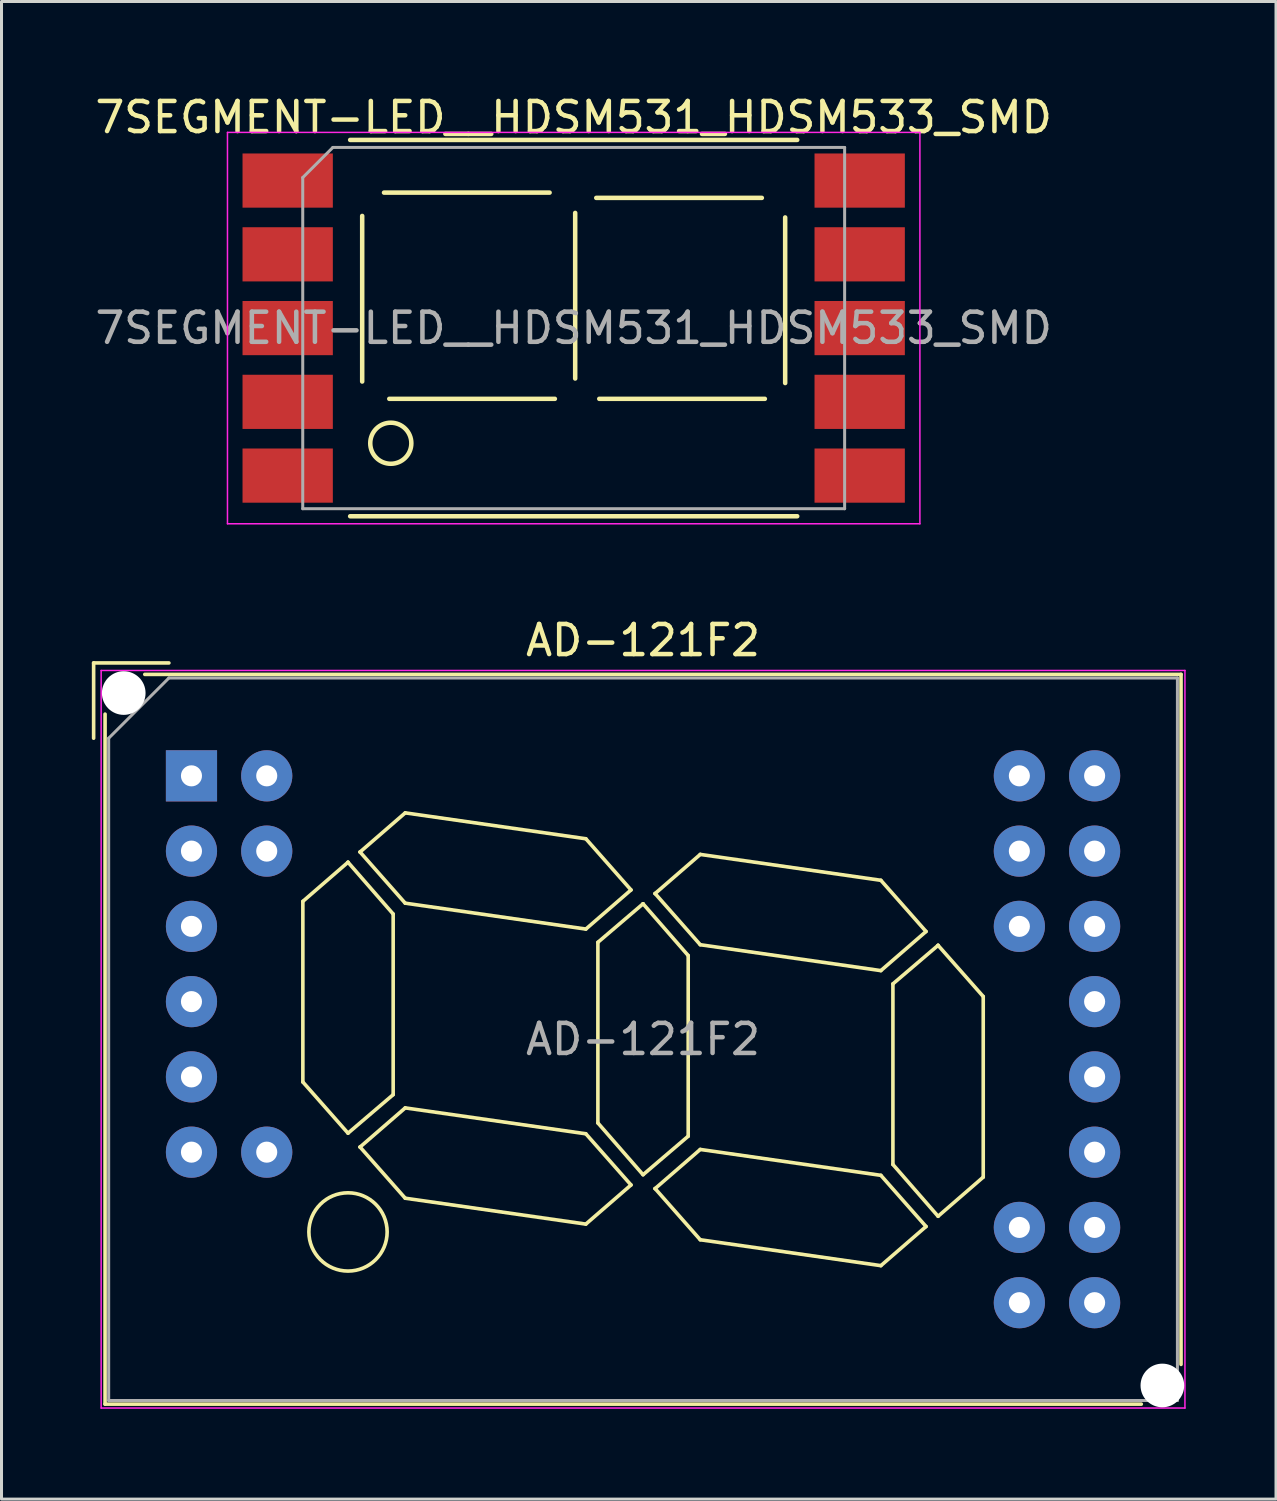
<source format=kicad_pcb>
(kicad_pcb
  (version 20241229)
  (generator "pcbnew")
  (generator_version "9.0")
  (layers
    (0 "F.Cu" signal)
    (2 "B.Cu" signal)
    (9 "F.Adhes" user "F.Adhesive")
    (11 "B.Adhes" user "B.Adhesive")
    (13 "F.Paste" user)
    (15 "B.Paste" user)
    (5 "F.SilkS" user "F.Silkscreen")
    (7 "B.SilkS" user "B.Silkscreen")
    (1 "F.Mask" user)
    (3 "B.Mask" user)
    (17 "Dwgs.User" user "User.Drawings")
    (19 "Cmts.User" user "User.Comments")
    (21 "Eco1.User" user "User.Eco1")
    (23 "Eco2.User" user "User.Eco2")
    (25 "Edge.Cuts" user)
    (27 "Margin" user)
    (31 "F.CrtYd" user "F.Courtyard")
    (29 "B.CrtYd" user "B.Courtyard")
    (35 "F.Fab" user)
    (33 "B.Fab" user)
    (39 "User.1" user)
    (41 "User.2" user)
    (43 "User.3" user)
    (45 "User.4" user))
  (footprint "7SEGMENT-LED__HDSM531_HDSM533_SMD"
    (layer "F.Cu")
    (at 16.006 7.848)
    (property "Reference" "7SEGMENT-LED__HDSM531_HDSM533_SMD" (at 0 -7 0) (layer "F.SilkS") (effects (font (size 1 1) (thickness 0.15))))
    (attr smd)
    (fp_line (start -7.425 6.25) (end 7.425 6.25) (stroke (width 0.15) (type solid)) (layer "F.SilkS"))
    (fp_line (start -7.025 -3.725) (end -7.025 1.775) (stroke (width 0.15) (type solid)) (layer "F.SilkS"))
    (fp_line (start -6.3 -4.5) (end -0.8 -4.5) (stroke (width 0.15) (type solid)) (layer "F.SilkS"))
    (fp_line (start -6.125 2.35) (end -0.625 2.35) (stroke (width 0.15) (type solid)) (layer "F.SilkS"))
    (fp_line (start 0.05 -3.825) (end 0.05 1.675) (stroke (width 0.15) (type solid)) (layer "F.SilkS"))
    (fp_line (start 0.75 -4.325) (end 6.25 -4.325) (stroke (width 0.15) (type solid)) (layer "F.SilkS"))
    (fp_line (start 0.85 2.35) (end 6.35 2.35) (stroke (width 0.15) (type solid)) (layer "F.SilkS"))
    (fp_line (start 7.025 -3.675) (end 7.025 1.825) (stroke (width 0.15) (type solid)) (layer "F.SilkS"))
    (fp_line (start 7.425 -6.25) (end -7.425 -6.25) (stroke (width 0.15) (type solid)) (layer "F.SilkS"))
    (fp_circle (center -6.075 3.825) (end -6.75 3.925) (stroke (width 0.15) (type solid)) (fill no) (layer "F.SilkS"))
    (fp_line (start -11.5 -6.5) (end 11.5 -6.5) (stroke (width 0.05) (type solid)) (layer "F.CrtYd"))
    (fp_line (start -11.5 6.5) (end -11.5 -6.5) (stroke (width 0.05) (type solid)) (layer "F.CrtYd"))
    (fp_line (start 11.5 -6.5) (end 11.5 6.5) (stroke (width 0.05) (type solid)) (layer "F.CrtYd"))
    (fp_line (start 11.5 6.5) (end -11.5 6.5) (stroke (width 0.05) (type solid)) (layer "F.CrtYd"))
    (fp_line (start -9 -5) (end -9 6) (stroke (width 0.1) (type solid)) (layer "F.Fab"))
    (fp_line (start -9 6) (end 9 6) (stroke (width 0.1) (type solid)) (layer "F.Fab"))
    (fp_line (start -8 -6) (end -9 -5) (stroke (width 0.1) (type solid)) (layer "F.Fab"))
    (fp_line (start 9 -6) (end -8 -6) (stroke (width 0.1) (type solid)) (layer "F.Fab"))
    (fp_line (start 9 6) (end 9 -6) (stroke (width 0.1) (type solid)) (layer "F.Fab"))
    (fp_text user "${REFERENCE}" (at 0 0 0) (layer "F.Fab") (effects (font (size 1 1) (thickness 0.15))))
    (pad "1" smd rect (at -9.5 -4.9 270) (size 1.8 3) (layers "F.Cu" "F.Mask" "F.Paste"))
    (pad "2" smd rect (at -9.5 -2.45 270) (size 1.8 3) (layers "F.Cu" "F.Mask" "F.Paste"))
    (pad "3" smd rect (at -9.5 0 270) (size 1.8 3) (layers "F.Cu" "F.Mask" "F.Paste"))
    (pad "4" smd rect (at -9.5 2.45 270) (size 1.8 3) (layers "F.Cu" "F.Mask" "F.Paste"))
    (pad "5" smd rect (at -9.5 4.9 270) (size 1.8 3) (layers "F.Cu" "F.Mask" "F.Paste"))
    (pad "6" smd rect (at 9.5 4.9 270) (size 1.8 3) (layers "F.Cu" "F.Mask" "F.Paste"))
    (pad "7" smd rect (at 9.5 2.45 270) (size 1.8 3) (layers "F.Cu" "F.Mask" "F.Paste"))
    (pad "8" smd rect (at 9.5 0 270) (size 1.8 3) (layers "F.Cu" "F.Mask" "F.Paste"))
    (pad "9" smd rect (at 9.5 -2.45 270) (size 1.8 3) (layers "F.Cu" "F.Mask" "F.Paste"))
    (pad "10" smd rect (at 9.5 -4.9 270) (size 1.8 3) (layers "F.Cu" "F.Mask" "F.Paste")))
  (footprint "AD-121F2"
    (layer "F.Cu")
    (at 3.31 22.721)
    (property "Reference" "AD-121F2" (at 15 -4.5 0) (layer "F.SilkS") (effects (font (size 1 1) (thickness 0.15))))
    (attr through_hole)
    (fp_line (start -3.25 -3.75) (end -0.75 -3.75) (stroke (width 0.12) (type solid)) (layer "F.SilkS"))
    (fp_line (start -3.25 -1.25) (end -3.25 -3.75) (stroke (width 0.12) (type solid)) (layer "F.SilkS"))
    (fp_line (start -2.87 20.87) (end -2.87 -2.05) (stroke (width 0.12) (type solid)) (layer "F.SilkS"))
    (fp_line (start -1.55 -3.37) (end 32.87 -3.37) (stroke (width 0.12) (type solid)) (layer "F.SilkS"))
    (fp_line (start 3.7 4.17) (end 5.2 2.87) (stroke (width 0.12) (type solid)) (layer "F.SilkS"))
    (fp_line (start 3.7 10.17) (end 3.7 4.17) (stroke (width 0.12) (type solid)) (layer "F.SilkS"))
    (fp_line (start 5.2 2.87) (end 5.2 2.87) (stroke (width 0.12) (type solid)) (layer "F.SilkS"))
    (fp_line (start 5.2 2.87) (end 6.7 4.59) (stroke (width 0.12) (type solid)) (layer "F.SilkS"))
    (fp_line (start 5.2 11.87) (end 3.7 10.17) (stroke (width 0.12) (type solid)) (layer "F.SilkS"))
    (fp_line (start 5.6 2.53) (end 5.6 2.53) (stroke (width 0.12) (type solid)) (layer "F.SilkS"))
    (fp_line (start 5.6 2.53) (end 7.1 4.23) (stroke (width 0.12) (type solid)) (layer "F.SilkS"))
    (fp_line (start 5.6 12.33) (end 5.6 12.33) (stroke (width 0.12) (type solid)) (layer "F.SilkS"))
    (fp_line (start 5.6 12.33) (end 7.1 14.03) (stroke (width 0.12) (type solid)) (layer "F.SilkS"))
    (fp_line (start 6.7 4.59) (end 6.7 10.59) (stroke (width 0.12) (type solid)) (layer "F.SilkS"))
    (fp_line (start 6.7 10.59) (end 5.2 11.87) (stroke (width 0.12) (type solid)) (layer "F.SilkS"))
    (fp_line (start 7.1 1.23) (end 5.6 2.53) (stroke (width 0.12) (type solid)) (layer "F.SilkS"))
    (fp_line (start 7.1 4.23) (end 13.1 5.09) (stroke (width 0.12) (type solid)) (layer "F.SilkS"))
    (fp_line (start 7.1 11.03) (end 5.6 12.33) (stroke (width 0.12) (type solid)) (layer "F.SilkS"))
    (fp_line (start 7.1 14.03) (end 13.1 14.89) (stroke (width 0.12) (type solid)) (layer "F.SilkS"))
    (fp_line (start 13.1 2.09) (end 7.1 1.23) (stroke (width 0.12) (type solid)) (layer "F.SilkS"))
    (fp_line (start 13.1 5.09) (end 14.6 3.79) (stroke (width 0.12) (type solid)) (layer "F.SilkS"))
    (fp_line (start 13.1 11.89) (end 7.1 11.03) (stroke (width 0.12) (type solid)) (layer "F.SilkS"))
    (fp_line (start 13.1 14.89) (end 14.6 13.59) (stroke (width 0.12) (type solid)) (layer "F.SilkS"))
    (fp_line (start 13.5 5.53) (end 15 4.25) (stroke (width 0.12) (type solid)) (layer "F.SilkS"))
    (fp_line (start 13.5 11.53) (end 13.5 5.53) (stroke (width 0.12) (type solid)) (layer "F.SilkS"))
    (fp_line (start 14.6 3.79) (end 13.1 2.09) (stroke (width 0.12) (type solid)) (layer "F.SilkS"))
    (fp_line (start 14.6 13.59) (end 13.1 11.89) (stroke (width 0.12) (type solid)) (layer "F.SilkS"))
    (fp_line (start 15 4.25) (end 15 4.25) (stroke (width 0.12) (type solid)) (layer "F.SilkS"))
    (fp_line (start 15 4.25) (end 16.5 5.97) (stroke (width 0.12) (type solid)) (layer "F.SilkS"))
    (fp_line (start 15 13.25) (end 13.5 11.53) (stroke (width 0.12) (type solid)) (layer "F.SilkS"))
    (fp_line (start 15.4 3.91) (end 15.4 3.91) (stroke (width 0.12) (type solid)) (layer "F.SilkS"))
    (fp_line (start 15.4 3.91) (end 16.9 5.61) (stroke (width 0.12) (type solid)) (layer "F.SilkS"))
    (fp_line (start 15.4 13.71) (end 15.4 13.71) (stroke (width 0.12) (type solid)) (layer "F.SilkS"))
    (fp_line (start 15.4 13.71) (end 16.9 15.41) (stroke (width 0.12) (type solid)) (layer "F.SilkS"))
    (fp_line (start 16.5 5.97) (end 16.5 11.97) (stroke (width 0.12) (type solid)) (layer "F.SilkS"))
    (fp_line (start 16.5 11.97) (end 15 13.25) (stroke (width 0.12) (type solid)) (layer "F.SilkS"))
    (fp_line (start 16.9 2.61) (end 15.4 3.91) (stroke (width 0.12) (type solid)) (layer "F.SilkS"))
    (fp_line (start 16.9 5.61) (end 22.9 6.47) (stroke (width 0.12) (type solid)) (layer "F.SilkS"))
    (fp_line (start 16.9 12.41) (end 15.4 13.71) (stroke (width 0.12) (type solid)) (layer "F.SilkS"))
    (fp_line (start 16.9 15.41) (end 22.9 16.27) (stroke (width 0.12) (type solid)) (layer "F.SilkS"))
    (fp_line (start 22.9 3.47) (end 16.9 2.61) (stroke (width 0.12) (type solid)) (layer "F.SilkS"))
    (fp_line (start 22.9 6.47) (end 24.4 5.17) (stroke (width 0.12) (type solid)) (layer "F.SilkS"))
    (fp_line (start 22.9 13.27) (end 16.9 12.41) (stroke (width 0.12) (type solid)) (layer "F.SilkS"))
    (fp_line (start 22.9 16.27) (end 24.4 14.97) (stroke (width 0.12) (type solid)) (layer "F.SilkS"))
    (fp_line (start 23.3 6.91) (end 24.8 5.63) (stroke (width 0.12) (type solid)) (layer "F.SilkS"))
    (fp_line (start 23.3 12.91) (end 23.3 6.91) (stroke (width 0.12) (type solid)) (layer "F.SilkS"))
    (fp_line (start 24.4 5.17) (end 22.9 3.47) (stroke (width 0.12) (type solid)) (layer "F.SilkS"))
    (fp_line (start 24.4 14.97) (end 22.9 13.27) (stroke (width 0.12) (type solid)) (layer "F.SilkS"))
    (fp_line (start 24.8 5.63) (end 24.8 5.63) (stroke (width 0.12) (type solid)) (layer "F.SilkS"))
    (fp_line (start 24.8 5.63) (end 26.3 7.33) (stroke (width 0.12) (type solid)) (layer "F.SilkS"))
    (fp_line (start 24.8 14.63) (end 23.3 12.91) (stroke (width 0.12) (type solid)) (layer "F.SilkS"))
    (fp_line (start 26.3 7.33) (end 26.3 13.33) (stroke (width 0.12) (type solid)) (layer "F.SilkS"))
    (fp_line (start 26.3 13.33) (end 24.8 14.63) (stroke (width 0.12) (type solid)) (layer "F.SilkS"))
    (fp_line (start 31.55 20.87) (end -2.87 20.87) (stroke (width 0.12) (type solid)) (layer "F.SilkS"))
    (fp_line (start 32.87 -3.37) (end 32.87 19.55) (stroke (width 0.12) (type solid)) (layer "F.SilkS"))
    (fp_circle (center 5.2 15.15) (end 6.5 15.15) (stroke (width 0.12) (type solid)) (fill no) (layer "F.SilkS"))
    (fp_line (start -3 -3.5) (end -3 21) (stroke (width 0.05) (type solid)) (layer "F.CrtYd"))
    (fp_line (start -3 21) (end 33 21) (stroke (width 0.05) (type solid)) (layer "F.CrtYd"))
    (fp_line (start 33 -3.5) (end -3 -3.5) (stroke (width 0.05) (type solid)) (layer "F.CrtYd"))
    (fp_line (start 33 21) (end 33 -3.5) (stroke (width 0.05) (type solid)) (layer "F.CrtYd"))
    (fp_line (start -2.75 -1.25) (end -0.75 -3.25) (stroke (width 0.1) (type solid)) (layer "F.Fab"))
    (fp_line (start -2.75 20.75) (end -2.75 -1.25) (stroke (width 0.1) (type solid)) (layer "F.Fab"))
    (fp_line (start -0.75 -3.25) (end 32.75 -3.25) (stroke (width 0.1) (type solid)) (layer "F.Fab"))
    (fp_line (start 32.75 -3.25) (end 32.75 20.75) (stroke (width 0.1) (type solid)) (layer "F.Fab"))
    (fp_line (start 32.75 20.75) (end -2.75 20.75) (stroke (width 0.1) (type solid)) (layer "F.Fab"))
    (fp_text user "${REFERENCE}" (at 15 8.75 0) (layer "F.Fab") (effects (font (size 1 1) (thickness 0.15))))
    (pad "" np_thru_hole circle (at -2.25 -2.75) (size 1.45 1.45) (drill 1.45) (layers "*.Cu" "*.Mask"))
    (pad "" np_thru_hole circle (at 32.25 20.25) (size 1.45 1.45) (drill 1.45) (layers "*.Cu" "*.Mask"))
    (pad "1" thru_hole rect (at 0 0) (size 1.7 1.7) (drill 0.7) (layers "*.Cu" "*.Mask"))
    (pad "2" thru_hole circle (at 0 2.5) (size 1.7 1.7) (drill 0.7) (layers "*.Cu" "*.Mask"))
    (pad "3" thru_hole circle (at 0 5) (size 1.7 1.7) (drill 0.7) (layers "*.Cu" "*.Mask"))
    (pad "4" thru_hole circle (at 0 7.5) (size 1.7 1.7) (drill 0.7) (layers "*.Cu" "*.Mask"))
    (pad "5" thru_hole circle (at 0 10) (size 1.7 1.7) (drill 0.7) (layers "*.Cu" "*.Mask"))
    (pad "6" thru_hole circle (at 0 12.5) (size 1.7 1.7) (drill 0.7) (layers "*.Cu" "*.Mask"))
    (pad "9" thru_hole circle (at 2.5 0) (size 1.7 1.7) (drill 0.7) (layers "*.Cu" "*.Mask"))
    (pad "10" thru_hole circle (at 2.5 2.5) (size 1.7 1.7) (drill 0.7) (layers "*.Cu" "*.Mask"))
    (pad "11" thru_hole circle (at 2.5 12.5) (size 1.7 1.7) (drill 0.7) (layers "*.Cu" "*.Mask"))
    (pad "13" thru_hole circle (at 27.5 0) (size 1.7 1.7) (drill 0.7) (layers "*.Cu" "*.Mask"))
    (pad "14" thru_hole circle (at 27.5 2.5) (size 1.7 1.7) (drill 0.7) (layers "*.Cu" "*.Mask"))
    (pad "15" thru_hole circle (at 27.5 5) (size 1.7 1.7) (drill 0.7) (layers "*.Cu" "*.Mask"))
    (pad "16" thru_hole circle (at 27.5 15) (size 1.7 1.7) (drill 0.7) (layers "*.Cu" "*.Mask"))
    (pad "17" thru_hole circle (at 27.5 17.5) (size 1.7 1.7) (drill 0.7) (layers "*.Cu" "*.Mask"))
    (pad "18" thru_hole circle (at 30 0) (size 1.7 1.7) (drill 0.7) (layers "*.Cu" "*.Mask"))
    (pad "19" thru_hole circle (at 30 2.5) (size 1.7 1.7) (drill 0.7) (layers "*.Cu" "*.Mask"))
    (pad "20" thru_hole circle (at 30 5) (size 1.7 1.7) (drill 0.7) (layers "*.Cu" "*.Mask"))
    (pad "21" thru_hole circle (at 30 7.5) (size 1.7 1.7) (drill 0.7) (layers "*.Cu" "*.Mask"))
    (pad "22" thru_hole circle (at 30 10) (size 1.7 1.7) (drill 0.7) (layers "*.Cu" "*.Mask"))
    (pad "23" thru_hole circle (at 30 12.5) (size 1.7 1.7) (drill 0.7) (layers "*.Cu" "*.Mask"))
    (pad "24" thru_hole circle (at 30 15) (size 1.7 1.7) (drill 0.7) (layers "*.Cu" "*.Mask"))
    (pad "25" thru_hole circle (at 30 17.5) (size 1.7 1.7) (drill 0.7) (layers "*.Cu" "*.Mask")))
  (gr_rect
    (start -3 -3)
    (end 39.335 46.746)
    (stroke (width 0.1) (type default))
    (fill no)
    (layer "Edge.Cuts")))
</source>
